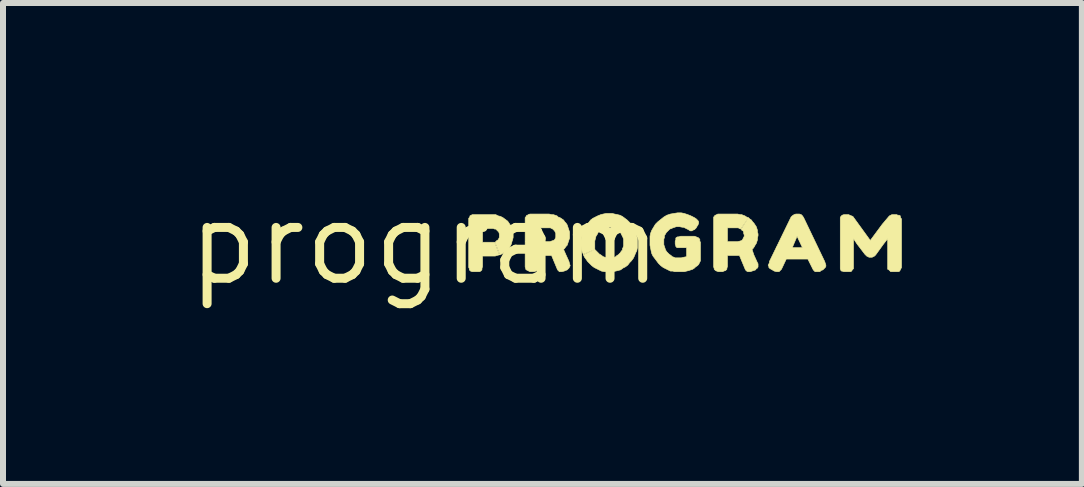
<source format=kicad_pcb>
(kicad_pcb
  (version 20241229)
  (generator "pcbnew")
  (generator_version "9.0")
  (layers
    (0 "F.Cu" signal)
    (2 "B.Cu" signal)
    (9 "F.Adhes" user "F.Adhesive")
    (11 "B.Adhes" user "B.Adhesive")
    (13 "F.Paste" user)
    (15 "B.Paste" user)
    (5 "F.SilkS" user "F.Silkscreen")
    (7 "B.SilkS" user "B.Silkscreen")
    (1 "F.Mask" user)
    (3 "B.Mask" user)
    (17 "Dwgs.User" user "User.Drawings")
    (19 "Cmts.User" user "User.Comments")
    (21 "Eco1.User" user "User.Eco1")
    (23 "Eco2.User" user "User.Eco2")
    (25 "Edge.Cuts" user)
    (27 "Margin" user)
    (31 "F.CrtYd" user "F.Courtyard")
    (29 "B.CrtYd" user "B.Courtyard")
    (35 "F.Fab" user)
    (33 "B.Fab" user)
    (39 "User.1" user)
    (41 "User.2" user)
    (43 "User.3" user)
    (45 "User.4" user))
  (footprint "program"
    (layer "F.Cu")
    (at 4.029 1.006)
    (property "Reference" "program" (at 0 0 0) (layer "F.SilkS") (effects (font (size 1.27 1.27) (thickness 0.15))))
    (attr board_only exclude_from_pos_files exclude_from_bom)
    (fp_poly (pts (xy 6.31 -0.43) (xy 6.29 -0.46) (xy 6.27 -0.48) (xy 6.24 -0.49) (xy 6.21 -0.49) (xy 6.18 -0.49) (xy 6.15 -0.48) (xy 6.12 -0.46) (xy 6.1 -0.44) (xy 5.74 0.3) (xy 5.74 0.32) (xy 5.72 0.36) (xy 5.72 0.37) (xy 5.73 0.38) (xy 5.73 0.4) (xy 5.74 0.41) (xy 5.75 0.42) (xy 5.77 0.43) (xy 5.82 0.46) (xy 5.86 0.47) (xy 5.87 0.47) (xy 5.88 0.47) (xy 5.9 0.47) (xy 5.91 0.46) (xy 5.93 0.44) (xy 5.94 0.43) (xy 6.02 0.26) (xy 6.12 0.07) (xy 6.2 -0.12) (xy 6.29 0.07) (xy 6.12 0.07) (xy 6.02 0.26) (xy 6.38 0.26) (xy 6.45 0.4) (xy 6.47 0.44) (xy 6.48 0.45) (xy 6.49 0.46) (xy 6.5 0.47) (xy 6.52 0.47) (xy 6.53 0.47) (xy 6.55 0.47) (xy 6.58 0.47) (xy 6.6 0.45) (xy 6.63 0.44) (xy 6.64 0.43) (xy 6.66 0.41) (xy 6.67 0.4) (xy 6.68 0.38) (xy 6.68 0.36) (xy 6.67 0.33) (xy 6.66 0.3) (xy 6.31 -0.43)) (stroke (width 0.01) (type solid)) (fill yes) (layer "F.SilkS"))
    (fp_poly (pts (xy 1.47 -0.22) (xy 1.42 -0.31) (xy 1.4 -0.34) (xy 1.38 -0.37) (xy 1.34 -0.4) (xy 1.3 -0.43) (xy 1.26 -0.45) (xy 1.22 -0.46) (xy 1.18 -0.48) (xy 1.14 -0.48) (xy 0.84 -0.48) (xy 0.81 -0.48) (xy 0.79 -0.48) (xy 0.77 -0.47) (xy 0.75 -0.46) (xy 0.75 -0.45) (xy 0.74 -0.43) (xy 0.73 -0.42) (xy 0.73 -0.41) (xy 0.73 0.37) (xy 0.73 0.4) (xy 0.74 0.42) (xy 0.74 0.44) (xy 0.75 0.45) (xy 0.76 0.46) (xy 0.79 0.47) (xy 0.81 0.47) (xy 0.85 0.47) (xy 0.88 0.47) (xy 0.91 0.47) (xy 0.93 0.46) (xy 0.94 0.45) (xy 0.95 0.44) (xy 0.95 0.42) (xy 0.96 0.38) (xy 0.96 0.21) (xy 1.14 0.21) (xy 1.17 0.21) (xy 1.2 0.2) (xy 1.24 0.19) (xy 1.16 -0.02) (xy 0.96 -0.02) (xy 0.96 -0.25) (xy 1.13 -0.25) (xy 1.14 -0.25) (xy 1.16 -0.24) (xy 1.18 -0.24) (xy 1.2 -0.22) (xy 1.21 -0.21) (xy 1.23 -0.19) (xy 1.24 -0.16) (xy 1.24 -0.13) (xy 1.24 -0.1) (xy 1.23 -0.08) (xy 1.22 -0.06) (xy 1.2 -0.05) (xy 1.17 -0.02) (xy 1.25 0.19) (xy 1.29 0.17) (xy 1.33 0.14) (xy 1.37 0.11) (xy 1.4 0.08) (xy 1.42 0.05) (xy 1.44 0.01) (xy 1.45 -0.03) (xy 1.46 -0.06) (xy 1.47 -0.1) (xy 1.47 -0.22)) (stroke (width 0.01) (type solid)) (fill yes) (layer "F.SilkS"))
    (fp_poly (pts (xy 7.92 -0.44) (xy 7.92 -0.46) (xy 7.9 -0.47) (xy 7.88 -0.47) (xy 7.86 -0.48) (xy 7.82 -0.48) (xy 7.78 -0.48) (xy 7.76 -0.47) (xy 7.74 -0.46) (xy 7.73 -0.45) (xy 7.62 -0.32) (xy 7.42 -0.05) (xy 7.13 -0.45) (xy 7.08 -0.47) (xy 7.06 -0.48) (xy 7.04 -0.48) (xy 7 -0.48) (xy 6.98 -0.48) (xy 6.95 -0.47) (xy 6.94 -0.46) (xy 6.93 -0.45) (xy 6.92 -0.43) (xy 6.92 -0.42) (xy 6.92 -0.41) (xy 6.92 0.4) (xy 6.92 0.42) (xy 6.93 0.45) (xy 6.94 0.46) (xy 6.95 0.46) (xy 6.98 0.47) (xy 7.02 0.47) (xy 7.06 0.47) (xy 7.09 0.47) (xy 7.11 0.46) (xy 7.12 0.44) (xy 7.14 0.42) (xy 7.14 0.41) (xy 7.14 -0.08) (xy 7.2 0.01) (xy 7.33 0.18) (xy 7.34 0.19) (xy 7.36 0.21) (xy 7.38 0.22) (xy 7.4 0.23) (xy 7.43 0.23) (xy 7.45 0.23) (xy 7.47 0.22) (xy 7.49 0.21) (xy 7.51 0.19) (xy 7.64 0.01) (xy 7.71 -0.08) (xy 7.71 0.37) (xy 7.71 0.4) (xy 7.71 0.43) (xy 7.73 0.44) (xy 7.74 0.45) (xy 7.76 0.47) (xy 7.79 0.47) (xy 7.83 0.47) (xy 7.87 0.47) (xy 7.89 0.47) (xy 7.91 0.46) (xy 7.92 0.44) (xy 7.93 0.42) (xy 7.94 0.4) (xy 7.94 0.36) (xy 7.94 -0.41) (xy 7.93 -0.42) (xy 7.92 -0.44)) (stroke (width 0.01) (type solid)) (fill yes) (layer "F.SilkS"))
    (fp_poly (pts (xy 2.4 0.3) (xy 2.35 0.19) (xy 2.31 0.1) (xy 2.33 0.08) (xy 2.35 0.05) (xy 2.37 0.03) (xy 2.38 0) (xy 2.39 -0.03) (xy 2.4 -0.06) (xy 2.41 -0.09) (xy 2.41 -0.13) (xy 2.41 -0.16) (xy 2.41 -0.19) (xy 2.4 -0.22) (xy 2.39 -0.25) (xy 2.38 -0.28) (xy 2.37 -0.31) (xy 2.35 -0.34) (xy 2.33 -0.36) (xy 2.31 -0.39) (xy 2.28 -0.41) (xy 2.25 -0.43) (xy 2.13 -0.24) (xy 2.15 -0.22) (xy 2.16 -0.21) (xy 2.17 -0.19) (xy 2.18 -0.17) (xy 2.18 -0.14) (xy 2.18 -0.12) (xy 2.18 -0.1) (xy 2.17 -0.08) (xy 2.16 -0.06) (xy 2.14 -0.05) (xy 2.11 -0.04) (xy 2.08 -0.03) (xy 1.9 -0.03) (xy 1.9 -0.26) (xy 2.07 -0.26) (xy 2.09 -0.26) (xy 2.11 -0.25) (xy 2.13 -0.24) (xy 2.25 -0.43) (xy 2.22 -0.44) (xy 2.2 -0.46) (xy 2.17 -0.47) (xy 2.14 -0.48) (xy 2.11 -0.48) (xy 2.07 -0.49) (xy 1.77 -0.49) (xy 1.75 -0.49) (xy 1.72 -0.48) (xy 1.71 -0.47) (xy 1.7 -0.47) (xy 1.69 -0.46) (xy 1.68 -0.44) (xy 1.67 -0.43) (xy 1.67 -0.42) (xy 1.67 0.36) (xy 1.67 0.39) (xy 1.68 0.42) (xy 1.68 0.43) (xy 1.69 0.44) (xy 1.71 0.45) (xy 1.73 0.46) (xy 1.75 0.47) (xy 1.79 0.47) (xy 1.82 0.47) (xy 1.85 0.46) (xy 1.87 0.45) (xy 1.88 0.44) (xy 1.89 0.43) (xy 1.89 0.42) (xy 1.9 0.38) (xy 1.9 0.2) (xy 2.11 0.2) (xy 2.21 0.44) (xy 2.22 0.45) (xy 2.23 0.46) (xy 2.24 0.47) (xy 2.25 0.47) (xy 2.27 0.47) (xy 2.28 0.47) (xy 2.32 0.46) (xy 2.37 0.44) (xy 2.39 0.42) (xy 2.4 0.41) (xy 2.41 0.39) (xy 2.42 0.37) (xy 2.41 0.34) (xy 2.4 0.3)) (stroke (width 0.01) (type solid)) (fill yes) (layer "F.SilkS"))
    (fp_poly (pts (xy 5.53 0.3) (xy 5.48 0.19) (xy 5.45 0.1) (xy 5.47 0.08) (xy 5.49 0.05) (xy 5.5 0.03) (xy 5.52 0) (xy 5.53 -0.03) (xy 5.54 -0.06) (xy 5.54 -0.09) (xy 5.55 -0.13) (xy 5.55 -0.16) (xy 5.54 -0.19) (xy 5.54 -0.22) (xy 5.53 -0.25) (xy 5.52 -0.28) (xy 5.5 -0.31) (xy 5.48 -0.34) (xy 5.46 -0.36) (xy 5.44 -0.39) (xy 5.41 -0.41) (xy 5.39 -0.43) (xy 5.27 -0.24) (xy 5.28 -0.22) (xy 5.3 -0.21) (xy 5.31 -0.19) (xy 5.31 -0.17) (xy 5.32 -0.14) (xy 5.32 -0.12) (xy 5.31 -0.1) (xy 5.3 -0.08) (xy 5.29 -0.06) (xy 5.28 -0.05) (xy 5.25 -0.04) (xy 5.21 -0.03) (xy 5.04 -0.03) (xy 5.04 -0.26) (xy 5.2 -0.26) (xy 5.22 -0.26) (xy 5.24 -0.25) (xy 5.26 -0.24) (xy 5.39 -0.43) (xy 5.36 -0.44) (xy 5.33 -0.46) (xy 5.3 -0.47) (xy 5.28 -0.48) (xy 5.25 -0.48) (xy 5.21 -0.49) (xy 4.91 -0.49) (xy 4.88 -0.49) (xy 4.86 -0.48) (xy 4.84 -0.47) (xy 4.83 -0.47) (xy 4.83 -0.46) (xy 4.81 -0.44) (xy 4.81 -0.43) (xy 4.81 -0.42) (xy 4.81 0.36) (xy 4.81 0.39) (xy 4.82 0.42) (xy 4.82 0.43) (xy 4.83 0.44) (xy 4.84 0.45) (xy 4.86 0.46) (xy 4.89 0.47) (xy 4.92 0.47) (xy 4.96 0.47) (xy 4.98 0.46) (xy 5.01 0.45) (xy 5.02 0.44) (xy 5.03 0.43) (xy 5.03 0.42) (xy 5.04 0.38) (xy 5.04 0.2) (xy 5.24 0.2) (xy 5.34 0.44) (xy 5.35 0.45) (xy 5.36 0.46) (xy 5.38 0.47) (xy 5.39 0.47) (xy 5.4 0.47) (xy 5.42 0.47) (xy 5.45 0.46) (xy 5.51 0.44) (xy 5.52 0.42) (xy 5.54 0.41) (xy 5.55 0.39) (xy 5.55 0.37) (xy 5.55 0.34) (xy 5.53 0.3)) (stroke (width 0.01) (type solid)) (fill yes) (layer "F.SilkS"))
    (fp_poly (pts (xy 3.07 -0.5) (xy 3.02 -0.5) (xy 2.97 -0.49) (xy 2.93 -0.48) (xy 2.88 -0.46) (xy 2.84 -0.44) (xy 2.8 -0.42) (xy 2.76 -0.39) (xy 2.73 -0.35) (xy 2.7 -0.32) (xy 2.67 -0.28) (xy 2.65 -0.24) (xy 2.63 -0.19) (xy 2.62 -0.15) (xy 2.61 -0.1) (xy 2.6 -0.05) (xy 2.6 0) (xy 2.6 0.05) (xy 2.61 0.1) (xy 2.62 0.14) (xy 2.64 0.18) (xy 2.83 0.1) (xy 2.83 -0.04) (xy 2.84 -0.08) (xy 2.85 -0.12) (xy 2.87 -0.15) (xy 2.89 -0.19) (xy 2.93 -0.22) (xy 2.97 -0.24) (xy 3.01 -0.26) (xy 3.03 -0.27) (xy 3.05 -0.27) (xy 3.07 -0.27) (xy 3.1 -0.27) (xy 3.12 -0.27) (xy 3.14 -0.26) (xy 3.16 -0.25) (xy 3.18 -0.24) (xy 3.22 -0.21) (xy 3.26 -0.18) (xy 3.27 -0.16) (xy 3.28 -0.14) (xy 3.29 -0.12) (xy 3.3 -0.1) (xy 3.31 -0.07) (xy 3.31 -0.04) (xy 3.31 -0.01) (xy 3.31 0.02) (xy 3.31 0.04) (xy 3.3 0.07) (xy 3.29 0.09) (xy 3.29 0.11) (xy 3.27 0.13) (xy 3.26 0.15) (xy 3.24 0.17) (xy 3.22 0.19) (xy 3.2 0.2) (xy 3.18 0.22) (xy 3.16 0.23) (xy 3.14 0.23) (xy 3.12 0.24) (xy 3.1 0.24) (xy 3.07 0.24) (xy 3.05 0.24) (xy 3.03 0.24) (xy 3 0.23) (xy 2.97 0.22) (xy 2.93 0.19) (xy 2.91 0.18) (xy 2.83 0.1) (xy 2.64 0.19) (xy 2.66 0.23) (xy 2.69 0.27) (xy 2.71 0.3) (xy 2.75 0.34) (xy 2.78 0.37) (xy 2.82 0.4) (xy 2.86 0.42) (xy 2.9 0.44) (xy 2.94 0.46) (xy 2.99 0.47) (xy 3.03 0.47) (xy 3.08 0.47) (xy 3.13 0.47) (xy 3.18 0.46) (xy 3.22 0.45) (xy 3.26 0.44) (xy 3.3 0.41) (xy 3.34 0.39) (xy 3.38 0.36) (xy 3.41 0.32) (xy 3.44 0.29) (xy 3.47 0.25) (xy 3.49 0.21) (xy 3.51 0.16) (xy 3.53 0.12) (xy 3.54 0.07) (xy 3.54 0.02) (xy 3.54 -0.03) (xy 3.54 -0.08) (xy 3.53 -0.12) (xy 3.52 -0.17) (xy 3.51 -0.21) (xy 3.49 -0.25) (xy 3.46 -0.29) (xy 3.44 -0.32) (xy 3.4 -0.36) (xy 3.37 -0.39) (xy 3.33 -0.42) (xy 3.29 -0.45) (xy 3.25 -0.47) (xy 3.21 -0.48) (xy 3.16 -0.49) (xy 3.12 -0.5) (xy 3.07 -0.5)) (stroke (width 0.01) (type solid)) (fill yes) (layer "F.SilkS"))
    (fp_poly (pts (xy 4.26 -0.12) (xy 4.23 -0.11) (xy 4.21 -0.11) (xy 4.19 -0.1) (xy 4.18 -0.09) (xy 4.18 -0.06) (xy 4.17 -0.04) (xy 4.17 0.01) (xy 4.18 0.04) (xy 4.18 0.05) (xy 4.19 0.06) (xy 4.2 0.07) (xy 4.22 0.07) (xy 4.25 0.07) (xy 4.36 0.07) (xy 4.36 0.22) (xy 4.31 0.23) (xy 4.27 0.24) (xy 4.22 0.24) (xy 4.17 0.24) (xy 4.15 0.23) (xy 4.12 0.22) (xy 4.1 0.2) (xy 4.07 0.18) (xy 4.05 0.16) (xy 4.03 0.14) (xy 4.01 0.11) (xy 4 0.08) (xy 3.99 0.05) (xy 3.98 0.02) (xy 3.98 -0.01) (xy 3.98 -0.04) (xy 3.98 -0.07) (xy 3.99 -0.1) (xy 3.99 -0.13) (xy 4.01 -0.16) (xy 4.02 -0.18) (xy 4.04 -0.2) (xy 4.06 -0.22) (xy 4.08 -0.24) (xy 4.11 -0.25) (xy 4.13 -0.26) (xy 4.16 -0.27) (xy 4.19 -0.28) (xy 4.24 -0.28) (xy 4.29 -0.27) (xy 4.31 -0.27) (xy 4.33 -0.26) (xy 4.39 -0.23) (xy 4.42 -0.21) (xy 4.44 -0.21) (xy 4.45 -0.21) (xy 4.46 -0.22) (xy 4.49 -0.23) (xy 4.52 -0.26) (xy 4.53 -0.28) (xy 4.55 -0.31) (xy 4.56 -0.34) (xy 4.56 -0.36) (xy 4.55 -0.38) (xy 4.53 -0.4) (xy 4.52 -0.41) (xy 4.49 -0.43) (xy 4.43 -0.46) (xy 4.38 -0.48) (xy 4.32 -0.5) (xy 4.27 -0.51) (xy 4.21 -0.51) (xy 4.15 -0.5) (xy 4.09 -0.49) (xy 4.03 -0.47) (xy 3.98 -0.44) (xy 3.93 -0.4) (xy 3.88 -0.36) (xy 3.84 -0.32) (xy 3.81 -0.27) (xy 3.78 -0.22) (xy 3.76 -0.17) (xy 3.75 -0.12) (xy 3.75 -0.07) (xy 3.75 -0.02) (xy 3.75 0.03) (xy 3.76 0.08) (xy 3.77 0.13) (xy 3.78 0.17) (xy 3.8 0.21) (xy 3.83 0.25) (xy 3.86 0.29) (xy 3.89 0.33) (xy 3.93 0.37) (xy 3.97 0.4) (xy 4.01 0.42) (xy 4.05 0.44) (xy 4.09 0.46) (xy 4.13 0.46) (xy 4.16 0.47) (xy 4.2 0.47) (xy 4.24 0.47) (xy 4.28 0.47) (xy 4.32 0.47) (xy 4.36 0.46) (xy 4.4 0.45) (xy 4.43 0.44) (xy 4.46 0.43) (xy 4.49 0.41) (xy 4.51 0.39) (xy 4.54 0.37) (xy 4.56 0.35) (xy 4.57 0.33) (xy 4.58 0.31) (xy 4.59 0.29) (xy 4.59 -0.02) (xy 4.58 -0.04) (xy 4.58 -0.06) (xy 4.58 -0.07) (xy 4.57 -0.08) (xy 4.55 -0.1) (xy 4.54 -0.1) (xy 4.52 -0.11) (xy 4.49 -0.12) (xy 4.26 -0.12)) (stroke (width 0.01) (type solid)) (fill yes) (layer "F.SilkS")))
  (gr_rect
    (start -3 -3)
    (end 14.974 5.012)
    (stroke (width 0.1) (type default))
    (fill no)
    (layer "Edge.Cuts")))
</source>
